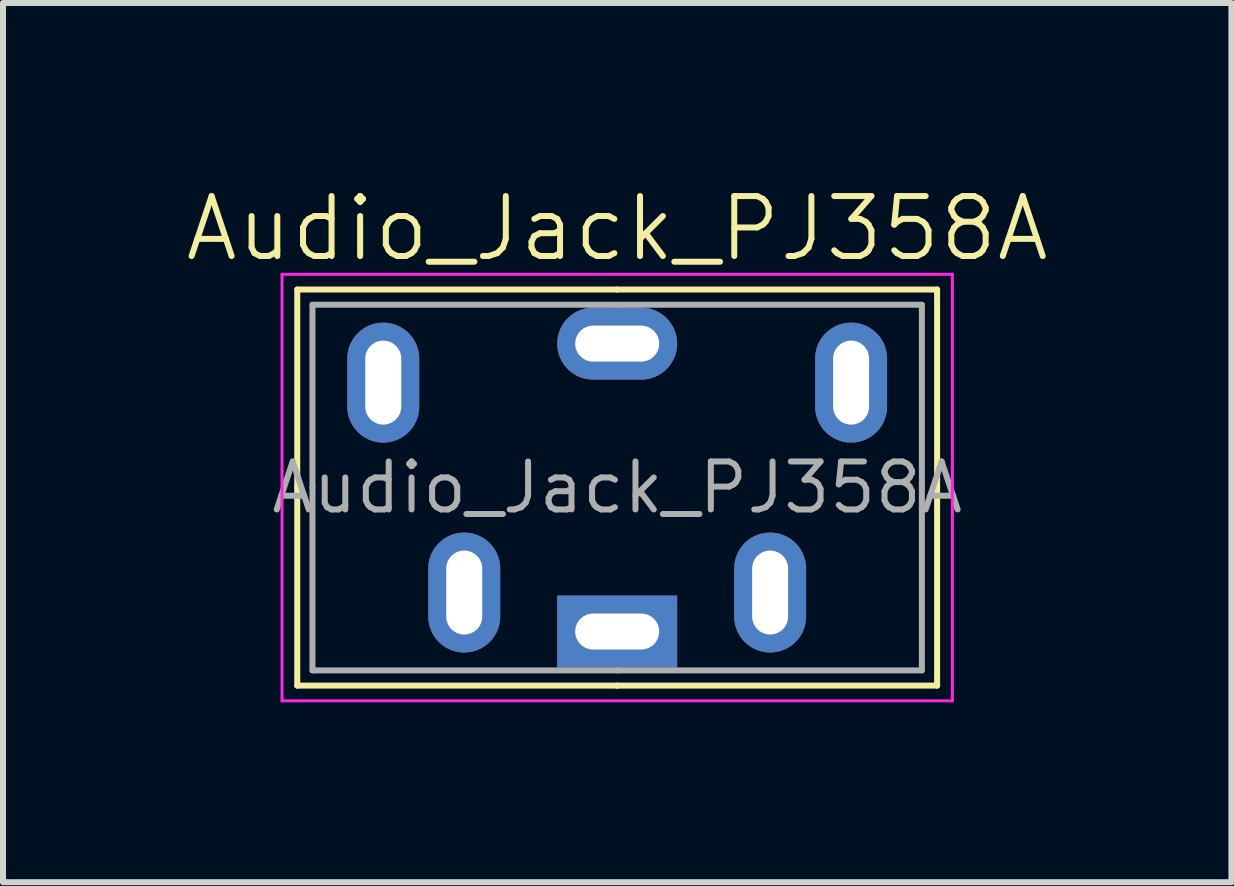
<source format=kicad_pcb>
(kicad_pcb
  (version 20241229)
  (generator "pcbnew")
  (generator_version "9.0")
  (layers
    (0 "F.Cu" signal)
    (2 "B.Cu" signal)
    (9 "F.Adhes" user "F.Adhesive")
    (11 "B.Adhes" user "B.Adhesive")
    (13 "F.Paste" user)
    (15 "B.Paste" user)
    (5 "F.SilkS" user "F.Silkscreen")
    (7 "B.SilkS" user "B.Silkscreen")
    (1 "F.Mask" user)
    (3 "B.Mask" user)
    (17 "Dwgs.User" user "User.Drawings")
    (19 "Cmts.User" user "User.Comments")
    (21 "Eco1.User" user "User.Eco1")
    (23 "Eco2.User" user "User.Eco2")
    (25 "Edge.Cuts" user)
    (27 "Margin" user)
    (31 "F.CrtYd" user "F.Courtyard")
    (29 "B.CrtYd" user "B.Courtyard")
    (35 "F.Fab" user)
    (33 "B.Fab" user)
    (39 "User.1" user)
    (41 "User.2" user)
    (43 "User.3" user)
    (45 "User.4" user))
  (footprint "Audio_Jack_PJ358A"
    (layer "F.Cu")
    (at 7.24 5.079)
    (property "Reference" "Audio_Jack_PJ358A" (at 0 -4.318 0) (unlocked yes) (layer "F.SilkS") (effects (font (size 1 1) (thickness 0.1))))
    (attr through_hole)
    (fp_line (start -5.334 0) (end -5.334 -3.302) (stroke (width 0.1) (type default)) (layer "F.SilkS"))
    (fp_line (start -5.334 3.302) (end -5.334 0) (stroke (width 0.1) (type default)) (layer "F.SilkS"))
    (fp_line (start 0 -3.302) (end -5.334 -3.302) (stroke (width 0.1) (type default)) (layer "F.SilkS"))
    (fp_line (start 0 -3.302) (end 5.334 -3.302) (stroke (width 0.1) (type default)) (layer "F.SilkS"))
    (fp_line (start 0 3.302) (end -5.334 3.302) (stroke (width 0.1) (type default)) (layer "F.SilkS"))
    (fp_line (start 0 3.302) (end 5.334 3.302) (stroke (width 0.1) (type default)) (layer "F.SilkS"))
    (fp_line (start 5.334 0) (end 5.334 -3.302) (stroke (width 0.1) (type default)) (layer "F.SilkS"))
    (fp_line (start 5.334 0) (end 5.334 3.302) (stroke (width 0.1) (type default)) (layer "F.SilkS"))
    (fp_line (start -5.588 -3.556) (end 5.588 -3.556) (stroke (width 0.05) (type default)) (layer "F.CrtYd"))
    (fp_line (start -5.588 3.556) (end -5.588 -3.556) (stroke (width 0.05) (type default)) (layer "F.CrtYd"))
    (fp_line (start 5.588 -3.556) (end 5.588 3.556) (stroke (width 0.05) (type default)) (layer "F.CrtYd"))
    (fp_line (start 5.588 3.556) (end -5.588 3.556) (stroke (width 0.05) (type default)) (layer "F.CrtYd"))
    (fp_line (start -5.08 -3.048) (end 0 -3.048) (stroke (width 0.1) (type default)) (layer "F.Fab"))
    (fp_line (start -5.08 0) (end -5.08 -3.048) (stroke (width 0.1) (type default)) (layer "F.Fab"))
    (fp_line (start -5.08 3.048) (end -5.08 0) (stroke (width 0.1) (type default)) (layer "F.Fab"))
    (fp_line (start -5.08 3.048) (end 0 3.048) (stroke (width 0.1) (type default)) (layer "F.Fab"))
    (fp_line (start 0 -3.048) (end 5.08 -3.048) (stroke (width 0.1) (type default)) (layer "F.Fab"))
    (fp_line (start 0 3.048) (end 5.08 3.048) (stroke (width 0.1) (type default)) (layer "F.Fab"))
    (fp_line (start 5.08 0) (end 5.08 -3.048) (stroke (width 0.1) (type default)) (layer "F.Fab"))
    (fp_line (start 5.08 3.048) (end 5.08 0) (stroke (width 0.1) (type default)) (layer "F.Fab"))
    (fp_text user "${REFERENCE}" (at 0 0 0) (unlocked yes) (layer "F.Fab") (effects (font (size 0.8 0.8) (thickness 0.1))))
    (pad "G" thru_hole rect (at 0 2.4) (size 2 1.2) (drill oval 1.4 0.6) (layers "*.Cu" "*.Mask"))
    (pad "R" thru_hole oval (at 3.9 -1.75) (size 1.2 2) (drill oval 0.6 1.4) (layers "*.Cu" "*.Mask"))
    (pad "RN" thru_hole oval (at 2.55 1.75) (size 1.2 2) (drill oval 0.6 1.4) (layers "*.Cu" "*.Mask"))
    (pad "S" thru_hole oval (at 0 -2.4) (size 2 1.2) (drill oval 1.4 0.6) (layers "*.Cu" "*.Mask"))
    (pad "T" thru_hole oval (at -3.9 -1.75) (size 1.2 2) (drill oval 0.6 1.4) (layers "*.Cu" "*.Mask"))
    (pad "TN" thru_hole oval (at -2.55 1.75) (size 1.2 2) (drill oval 0.6 1.4) (layers "*.Cu" "*.Mask")))
  (gr_rect
    (start -3 -3)
    (end 17.481 11.659)
    (stroke (width 0.1) (type default))
    (fill no)
    (layer "Edge.Cuts")))
</source>
